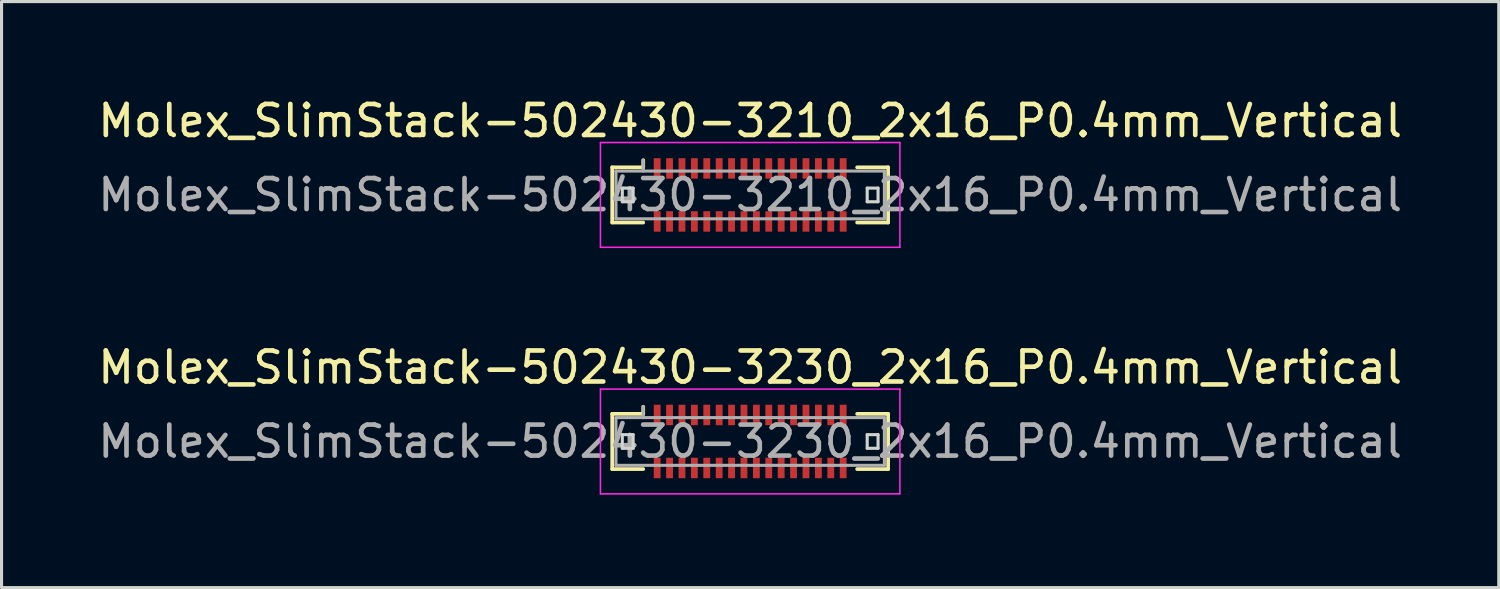
<source format=kicad_pcb>
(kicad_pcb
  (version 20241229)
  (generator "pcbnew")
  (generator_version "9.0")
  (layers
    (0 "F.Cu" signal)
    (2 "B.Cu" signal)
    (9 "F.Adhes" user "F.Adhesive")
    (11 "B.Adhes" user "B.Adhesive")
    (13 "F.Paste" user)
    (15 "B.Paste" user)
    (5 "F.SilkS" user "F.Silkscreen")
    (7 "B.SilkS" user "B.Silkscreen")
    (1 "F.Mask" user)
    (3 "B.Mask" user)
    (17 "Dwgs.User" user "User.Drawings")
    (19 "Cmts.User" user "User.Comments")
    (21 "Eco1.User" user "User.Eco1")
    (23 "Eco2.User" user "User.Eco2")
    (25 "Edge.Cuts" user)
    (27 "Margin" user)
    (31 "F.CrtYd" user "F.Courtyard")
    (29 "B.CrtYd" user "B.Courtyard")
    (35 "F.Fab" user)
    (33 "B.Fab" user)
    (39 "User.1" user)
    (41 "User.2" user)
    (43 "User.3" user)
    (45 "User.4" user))
  (footprint "Molex_SlimStack-502430-3210_2x16_P0.4mm_Vertical"
    (layer "F.Cu")
    (at 21.149 3.238)
    (property "Reference" "Molex_SlimStack-502430-3210_2x16_P0.4mm_Vertical" (at 0 -2.39 0) (layer "F.SilkS") (effects (font (size 1 1) (thickness 0.15))))
    (attr smd)
    (fp_line (start -4.45 -0.89) (end -3.45 -0.89) (stroke (width 0.12) (type solid)) (layer "F.SilkS"))
    (fp_line (start -4.45 0.89) (end -4.45 -0.89) (stroke (width 0.12) (type solid)) (layer "F.SilkS"))
    (fp_line (start -3.45 -0.89) (end -3.45 -1.12) (stroke (width 0.12) (type solid)) (layer "F.SilkS"))
    (fp_line (start -3.45 0.89) (end -4.45 0.89) (stroke (width 0.12) (type solid)) (layer "F.SilkS"))
    (fp_line (start 3.45 0.89) (end 4.45 0.89) (stroke (width 0.12) (type solid)) (layer "F.SilkS"))
    (fp_line (start 4.45 -0.89) (end 3.45 -0.89) (stroke (width 0.12) (type solid)) (layer "F.SilkS"))
    (fp_line (start 4.45 0.89) (end 4.45 -0.89) (stroke (width 0.12) (type solid)) (layer "F.SilkS"))
    (fp_line (start -4.125 -0.22) (end -4.125 0.22) (stroke (width 0.1) (type solid)) (layer "Edge.Cuts"))
    (fp_line (start -4.125 0.22) (end -3.775 0.22) (stroke (width 0.1) (type solid)) (layer "Edge.Cuts"))
    (fp_line (start -3.775 -0.22) (end -4.125 -0.22) (stroke (width 0.1) (type solid)) (layer "Edge.Cuts"))
    (fp_line (start -3.775 0.22) (end -3.775 -0.22) (stroke (width 0.1) (type solid)) (layer "Edge.Cuts"))
    (fp_line (start 3.775 -0.22) (end 3.775 0.22) (stroke (width 0.1) (type solid)) (layer "Edge.Cuts"))
    (fp_line (start 3.775 0.22) (end 4.125 0.22) (stroke (width 0.1) (type solid)) (layer "Edge.Cuts"))
    (fp_line (start 4.125 -0.22) (end 3.775 -0.22) (stroke (width 0.1) (type solid)) (layer "Edge.Cuts"))
    (fp_line (start 4.125 0.22) (end 4.125 -0.22) (stroke (width 0.1) (type solid)) (layer "Edge.Cuts"))
    (fp_line (start -4.83 -1.69) (end -4.83 1.69) (stroke (width 0.05) (type solid)) (layer "F.CrtYd"))
    (fp_line (start -4.83 1.69) (end 4.83 1.69) (stroke (width 0.05) (type solid)) (layer "F.CrtYd"))
    (fp_line (start 4.83 -1.69) (end -4.83 -1.69) (stroke (width 0.05) (type solid)) (layer "F.CrtYd"))
    (fp_line (start 4.83 1.69) (end 4.83 -1.69) (stroke (width 0.05) (type solid)) (layer "F.CrtYd"))
    (fp_line (start -4.33 -0.77) (end -4.33 0.77) (stroke (width 0.1) (type solid)) (layer "F.Fab"))
    (fp_line (start -4.33 0.77) (end 4.33 0.77) (stroke (width 0.1) (type solid)) (layer "F.Fab"))
    (fp_line (start -3.45 -0.77) (end -3.45 -1.12) (stroke (width 0.1) (type solid)) (layer "F.Fab"))
    (fp_line (start 4.33 -0.77) (end -4.33 -0.77) (stroke (width 0.1) (type solid)) (layer "F.Fab"))
    (fp_line (start 4.33 0.77) (end 4.33 -0.77) (stroke (width 0.1) (type solid)) (layer "F.Fab"))
    (fp_text user "${REFERENCE}" (at 0 0 0) (layer "F.Fab") (effects (font (size 1 1) (thickness 0.15))))
    (pad "1" smd rect (at -3 -0.855) (size 0.22 0.66) (layers "F.Cu" "F.Mask" "F.Paste"))
    (pad "2" smd rect (at -3 0.855) (size 0.22 0.66) (layers "F.Cu" "F.Mask" "F.Paste"))
    (pad "3" smd rect (at -2.6 -0.855) (size 0.22 0.66) (layers "F.Cu" "F.Mask" "F.Paste"))
    (pad "4" smd rect (at -2.6 0.855) (size 0.22 0.66) (layers "F.Cu" "F.Mask" "F.Paste"))
    (pad "5" smd rect (at -2.2 -0.855) (size 0.22 0.66) (layers "F.Cu" "F.Mask" "F.Paste"))
    (pad "6" smd rect (at -2.2 0.855) (size 0.22 0.66) (layers "F.Cu" "F.Mask" "F.Paste"))
    (pad "7" smd rect (at -1.8 -0.855) (size 0.22 0.66) (layers "F.Cu" "F.Mask" "F.Paste"))
    (pad "8" smd rect (at -1.8 0.855) (size 0.22 0.66) (layers "F.Cu" "F.Mask" "F.Paste"))
    (pad "9" smd rect (at -1.4 -0.855) (size 0.22 0.66) (layers "F.Cu" "F.Mask" "F.Paste"))
    (pad "10" smd rect (at -1.4 0.855) (size 0.22 0.66) (layers "F.Cu" "F.Mask" "F.Paste"))
    (pad "11" smd rect (at -1 -0.855) (size 0.22 0.66) (layers "F.Cu" "F.Mask" "F.Paste"))
    (pad "12" smd rect (at -1 0.855) (size 0.22 0.66) (layers "F.Cu" "F.Mask" "F.Paste"))
    (pad "13" smd rect (at -0.6 -0.855) (size 0.22 0.66) (layers "F.Cu" "F.Mask" "F.Paste"))
    (pad "14" smd rect (at -0.6 0.855) (size 0.22 0.66) (layers "F.Cu" "F.Mask" "F.Paste"))
    (pad "15" smd rect (at -0.2 -0.855) (size 0.22 0.66) (layers "F.Cu" "F.Mask" "F.Paste"))
    (pad "16" smd rect (at -0.2 0.855) (size 0.22 0.66) (layers "F.Cu" "F.Mask" "F.Paste"))
    (pad "17" smd rect (at 0.2 -0.855) (size 0.22 0.66) (layers "F.Cu" "F.Mask" "F.Paste"))
    (pad "18" smd rect (at 0.2 0.855) (size 0.22 0.66) (layers "F.Cu" "F.Mask" "F.Paste"))
    (pad "19" smd rect (at 0.6 -0.855) (size 0.22 0.66) (layers "F.Cu" "F.Mask" "F.Paste"))
    (pad "20" smd rect (at 0.6 0.855) (size 0.22 0.66) (layers "F.Cu" "F.Mask" "F.Paste"))
    (pad "21" smd rect (at 1 -0.855) (size 0.22 0.66) (layers "F.Cu" "F.Mask" "F.Paste"))
    (pad "22" smd rect (at 1 0.855) (size 0.22 0.66) (layers "F.Cu" "F.Mask" "F.Paste"))
    (pad "23" smd rect (at 1.4 -0.855) (size 0.22 0.66) (layers "F.Cu" "F.Mask" "F.Paste"))
    (pad "24" smd rect (at 1.4 0.855) (size 0.22 0.66) (layers "F.Cu" "F.Mask" "F.Paste"))
    (pad "25" smd rect (at 1.8 -0.855) (size 0.22 0.66) (layers "F.Cu" "F.Mask" "F.Paste"))
    (pad "26" smd rect (at 1.8 0.855) (size 0.22 0.66) (layers "F.Cu" "F.Mask" "F.Paste"))
    (pad "27" smd rect (at 2.2 -0.855) (size 0.22 0.66) (layers "F.Cu" "F.Mask" "F.Paste"))
    (pad "28" smd rect (at 2.2 0.855) (size 0.22 0.66) (layers "F.Cu" "F.Mask" "F.Paste"))
    (pad "29" smd rect (at 2.6 -0.855) (size 0.22 0.66) (layers "F.Cu" "F.Mask" "F.Paste"))
    (pad "30" smd rect (at 2.6 0.855) (size 0.22 0.66) (layers "F.Cu" "F.Mask" "F.Paste"))
    (pad "31" smd rect (at 3 -0.855) (size 0.22 0.66) (layers "F.Cu" "F.Mask" "F.Paste"))
    (pad "32" smd rect (at 3 0.855) (size 0.22 0.66) (layers "F.Cu" "F.Mask" "F.Paste")))
  (footprint "Molex_SlimStack-502430-3230_2x16_P0.4mm_Vertical"
    (layer "F.Cu")
    (at 21.149 11.191)
    (property "Reference" "Molex_SlimStack-502430-3230_2x16_P0.4mm_Vertical" (at 0 -2.39 0) (layer "F.SilkS") (effects (font (size 1 1) (thickness 0.15))))
    (attr smd)
    (fp_line (start -4.45 -0.89) (end -3.45 -0.89) (stroke (width 0.12) (type solid)) (layer "F.SilkS"))
    (fp_line (start -4.45 0.89) (end -4.45 -0.89) (stroke (width 0.12) (type solid)) (layer "F.SilkS"))
    (fp_line (start -3.45 -0.89) (end -3.45 -1.12) (stroke (width 0.12) (type solid)) (layer "F.SilkS"))
    (fp_line (start -3.45 0.89) (end -4.45 0.89) (stroke (width 0.12) (type solid)) (layer "F.SilkS"))
    (fp_line (start 3.45 0.89) (end 4.45 0.89) (stroke (width 0.12) (type solid)) (layer "F.SilkS"))
    (fp_line (start 4.45 -0.89) (end 3.45 -0.89) (stroke (width 0.12) (type solid)) (layer "F.SilkS"))
    (fp_line (start 4.45 0.89) (end 4.45 -0.89) (stroke (width 0.12) (type solid)) (layer "F.SilkS"))
    (fp_line (start -4.125 -0.22) (end -4.125 0.22) (stroke (width 0.1) (type solid)) (layer "Edge.Cuts"))
    (fp_line (start -4.125 0.22) (end -3.775 0.22) (stroke (width 0.1) (type solid)) (layer "Edge.Cuts"))
    (fp_line (start -3.775 -0.22) (end -4.125 -0.22) (stroke (width 0.1) (type solid)) (layer "Edge.Cuts"))
    (fp_line (start -3.775 0.22) (end -3.775 -0.22) (stroke (width 0.1) (type solid)) (layer "Edge.Cuts"))
    (fp_line (start 3.775 -0.22) (end 3.775 0.22) (stroke (width 0.1) (type solid)) (layer "Edge.Cuts"))
    (fp_line (start 3.775 0.22) (end 4.125 0.22) (stroke (width 0.1) (type solid)) (layer "Edge.Cuts"))
    (fp_line (start 4.125 -0.22) (end 3.775 -0.22) (stroke (width 0.1) (type solid)) (layer "Edge.Cuts"))
    (fp_line (start 4.125 0.22) (end 4.125 -0.22) (stroke (width 0.1) (type solid)) (layer "Edge.Cuts"))
    (fp_line (start -4.83 -1.69) (end -4.83 1.69) (stroke (width 0.05) (type solid)) (layer "F.CrtYd"))
    (fp_line (start -4.83 1.69) (end 4.83 1.69) (stroke (width 0.05) (type solid)) (layer "F.CrtYd"))
    (fp_line (start 4.83 -1.69) (end -4.83 -1.69) (stroke (width 0.05) (type solid)) (layer "F.CrtYd"))
    (fp_line (start 4.83 1.69) (end 4.83 -1.69) (stroke (width 0.05) (type solid)) (layer "F.CrtYd"))
    (fp_line (start -4.33 -0.77) (end -4.33 0.77) (stroke (width 0.1) (type solid)) (layer "F.Fab"))
    (fp_line (start -4.33 0.77) (end 4.33 0.77) (stroke (width 0.1) (type solid)) (layer "F.Fab"))
    (fp_line (start -3.45 -0.77) (end -3.45 -1.12) (stroke (width 0.1) (type solid)) (layer "F.Fab"))
    (fp_line (start 4.33 -0.77) (end -4.33 -0.77) (stroke (width 0.1) (type solid)) (layer "F.Fab"))
    (fp_line (start 4.33 0.77) (end 4.33 -0.77) (stroke (width 0.1) (type solid)) (layer "F.Fab"))
    (fp_text user "${REFERENCE}" (at 0 0 0) (layer "F.Fab") (effects (font (size 1 1) (thickness 0.15))))
    (pad "1" smd rect (at -3 -0.855) (size 0.22 0.66) (layers "F.Cu" "F.Mask" "F.Paste"))
    (pad "2" smd rect (at -3 0.855) (size 0.22 0.66) (layers "F.Cu" "F.Mask" "F.Paste"))
    (pad "3" smd rect (at -2.6 -0.855) (size 0.22 0.66) (layers "F.Cu" "F.Mask" "F.Paste"))
    (pad "4" smd rect (at -2.6 0.855) (size 0.22 0.66) (layers "F.Cu" "F.Mask" "F.Paste"))
    (pad "5" smd rect (at -2.2 -0.855) (size 0.22 0.66) (layers "F.Cu" "F.Mask" "F.Paste"))
    (pad "6" smd rect (at -2.2 0.855) (size 0.22 0.66) (layers "F.Cu" "F.Mask" "F.Paste"))
    (pad "7" smd rect (at -1.8 -0.855) (size 0.22 0.66) (layers "F.Cu" "F.Mask" "F.Paste"))
    (pad "8" smd rect (at -1.8 0.855) (size 0.22 0.66) (layers "F.Cu" "F.Mask" "F.Paste"))
    (pad "9" smd rect (at -1.4 -0.855) (size 0.22 0.66) (layers "F.Cu" "F.Mask" "F.Paste"))
    (pad "10" smd rect (at -1.4 0.855) (size 0.22 0.66) (layers "F.Cu" "F.Mask" "F.Paste"))
    (pad "11" smd rect (at -1 -0.855) (size 0.22 0.66) (layers "F.Cu" "F.Mask" "F.Paste"))
    (pad "12" smd rect (at -1 0.855) (size 0.22 0.66) (layers "F.Cu" "F.Mask" "F.Paste"))
    (pad "13" smd rect (at -0.6 -0.855) (size 0.22 0.66) (layers "F.Cu" "F.Mask" "F.Paste"))
    (pad "14" smd rect (at -0.6 0.855) (size 0.22 0.66) (layers "F.Cu" "F.Mask" "F.Paste"))
    (pad "15" smd rect (at -0.2 -0.855) (size 0.22 0.66) (layers "F.Cu" "F.Mask" "F.Paste"))
    (pad "16" smd rect (at -0.2 0.855) (size 0.22 0.66) (layers "F.Cu" "F.Mask" "F.Paste"))
    (pad "17" smd rect (at 0.2 -0.855) (size 0.22 0.66) (layers "F.Cu" "F.Mask" "F.Paste"))
    (pad "18" smd rect (at 0.2 0.855) (size 0.22 0.66) (layers "F.Cu" "F.Mask" "F.Paste"))
    (pad "19" smd rect (at 0.6 -0.855) (size 0.22 0.66) (layers "F.Cu" "F.Mask" "F.Paste"))
    (pad "20" smd rect (at 0.6 0.855) (size 0.22 0.66) (layers "F.Cu" "F.Mask" "F.Paste"))
    (pad "21" smd rect (at 1 -0.855) (size 0.22 0.66) (layers "F.Cu" "F.Mask" "F.Paste"))
    (pad "22" smd rect (at 1 0.855) (size 0.22 0.66) (layers "F.Cu" "F.Mask" "F.Paste"))
    (pad "23" smd rect (at 1.4 -0.855) (size 0.22 0.66) (layers "F.Cu" "F.Mask" "F.Paste"))
    (pad "24" smd rect (at 1.4 0.855) (size 0.22 0.66) (layers "F.Cu" "F.Mask" "F.Paste"))
    (pad "25" smd rect (at 1.8 -0.855) (size 0.22 0.66) (layers "F.Cu" "F.Mask" "F.Paste"))
    (pad "26" smd rect (at 1.8 0.855) (size 0.22 0.66) (layers "F.Cu" "F.Mask" "F.Paste"))
    (pad "27" smd rect (at 2.2 -0.855) (size 0.22 0.66) (layers "F.Cu" "F.Mask" "F.Paste"))
    (pad "28" smd rect (at 2.2 0.855) (size 0.22 0.66) (layers "F.Cu" "F.Mask" "F.Paste"))
    (pad "29" smd rect (at 2.6 -0.855) (size 0.22 0.66) (layers "F.Cu" "F.Mask" "F.Paste"))
    (pad "30" smd rect (at 2.6 0.855) (size 0.22 0.66) (layers "F.Cu" "F.Mask" "F.Paste"))
    (pad "31" smd rect (at 3 -0.855) (size 0.22 0.66) (layers "F.Cu" "F.Mask" "F.Paste"))
    (pad "32" smd rect (at 3 0.855) (size 0.22 0.66) (layers "F.Cu" "F.Mask" "F.Paste")))
  (gr_rect
    (start -3 -3)
    (end 45.298 15.906)
    (stroke (width 0.1) (type default))
    (fill no)
    (layer "Edge.Cuts")))
</source>
